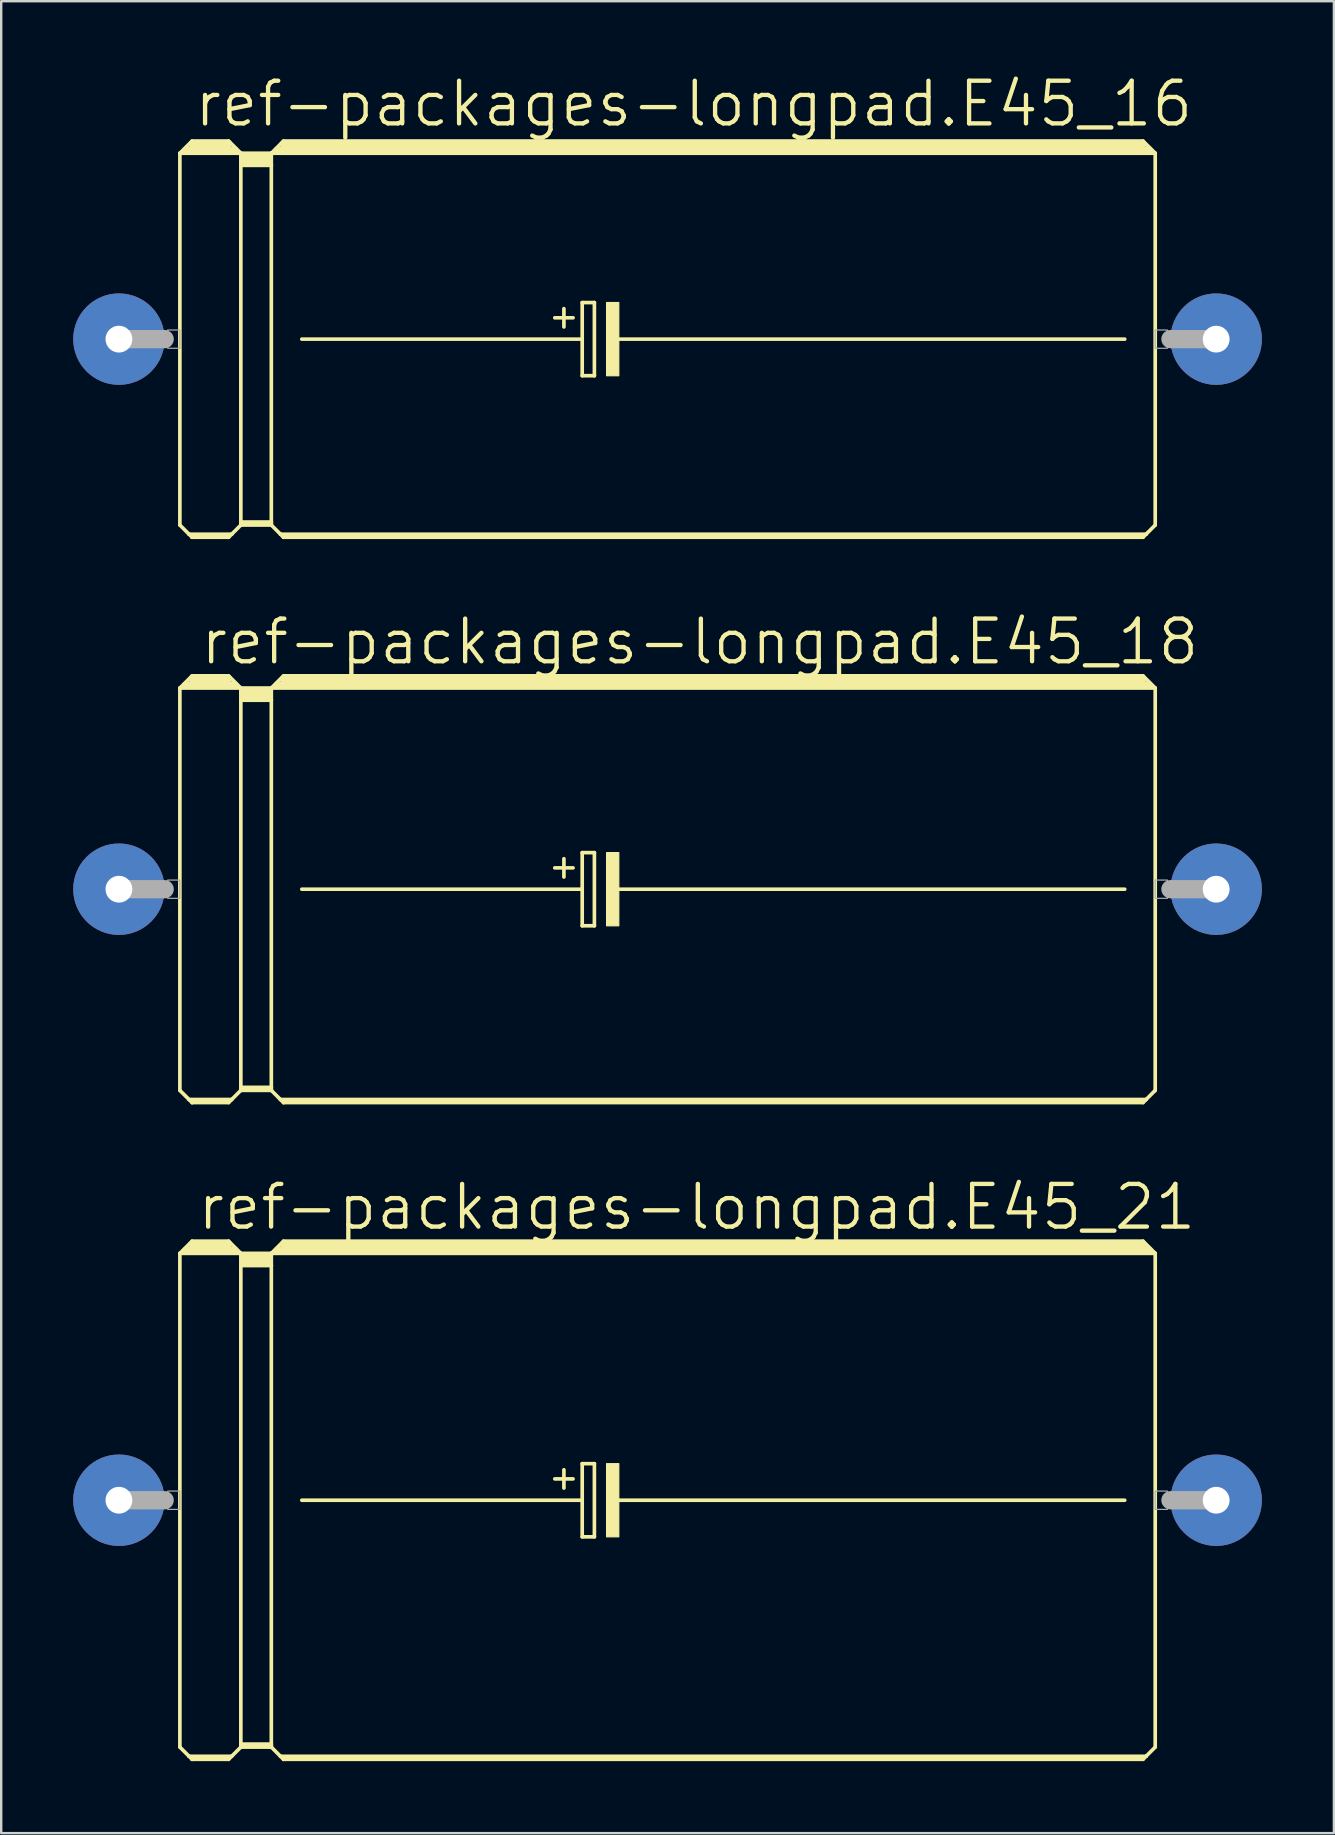
<source format=kicad_pcb>
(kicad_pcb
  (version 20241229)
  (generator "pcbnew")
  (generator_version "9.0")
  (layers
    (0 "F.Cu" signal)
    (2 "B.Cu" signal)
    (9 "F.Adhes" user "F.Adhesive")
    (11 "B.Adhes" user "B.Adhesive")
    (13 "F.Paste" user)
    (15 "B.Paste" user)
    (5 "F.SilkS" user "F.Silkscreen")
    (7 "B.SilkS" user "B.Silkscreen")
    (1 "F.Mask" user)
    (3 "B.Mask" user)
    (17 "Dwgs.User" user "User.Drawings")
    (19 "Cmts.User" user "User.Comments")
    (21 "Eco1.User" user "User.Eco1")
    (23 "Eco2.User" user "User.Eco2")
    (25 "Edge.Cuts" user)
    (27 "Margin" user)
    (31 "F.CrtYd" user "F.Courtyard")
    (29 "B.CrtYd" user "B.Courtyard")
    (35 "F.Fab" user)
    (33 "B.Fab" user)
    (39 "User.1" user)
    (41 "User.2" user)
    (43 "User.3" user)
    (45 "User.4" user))
  (footprint "ref-packages-longpad.E45_21"
    (layer "F.Cu")
    (at 24.765 59.461)
    (property "Reference" "ref-packages-longpad.E45_21" (at -19.685 -11.176 0) (layer "F.SilkS") (effects (font (size 1.778 1.778) (thickness 0.18)) (justify left bottom)))
    (attr through_hole)
    (fp_line (start -20.32 -10.287) (end -20.32 10.287) (stroke (width 0.152) (type default)) (layer "F.SilkS"))
    (fp_line (start -20.32 -10.287) (end -19.812 -10.795) (stroke (width 0.152) (type default)) (layer "F.SilkS"))
    (fp_line (start -20.32 -10.287) (end -17.78 -10.287) (stroke (width 0.152) (type default)) (layer "F.SilkS"))
    (fp_line (start -20.32 10.287) (end -19.939 10.668) (stroke (width 0.152) (type default)) (layer "F.SilkS"))
    (fp_line (start -20.066 -10.414) (end -18.034 -10.414) (stroke (width 0.305) (type default)) (layer "F.SilkS"))
    (fp_line (start -19.939 10.668) (end -19.812 10.795) (stroke (width 0.152) (type default)) (layer "F.SilkS"))
    (fp_line (start -19.939 10.668) (end -18.161 10.668) (stroke (width 0.152) (type default)) (layer "F.SilkS"))
    (fp_line (start -19.812 -10.795) (end -18.288 -10.795) (stroke (width 0.152) (type default)) (layer "F.SilkS"))
    (fp_line (start -19.812 -10.668) (end -18.288 -10.668) (stroke (width 0.305) (type default)) (layer "F.SilkS"))
    (fp_line (start -19.812 10.744) (end -18.288 10.744) (stroke (width 0.152) (type default)) (layer "F.SilkS"))
    (fp_line (start -19.812 10.795) (end -19.812 10.744) (stroke (width 0.152) (type default)) (layer "F.SilkS"))
    (fp_line (start -19.812 10.795) (end -18.288 10.795) (stroke (width 0.152) (type default)) (layer "F.SilkS"))
    (fp_line (start -18.288 -10.795) (end -17.78 -10.287) (stroke (width 0.152) (type default)) (layer "F.SilkS"))
    (fp_line (start -18.288 10.795) (end -18.161 10.668) (stroke (width 0.152) (type default)) (layer "F.SilkS"))
    (fp_line (start -18.161 10.668) (end -17.78 10.287) (stroke (width 0.152) (type default)) (layer "F.SilkS"))
    (fp_line (start -17.78 -10.287) (end -16.51 -10.287) (stroke (width 0.152) (type default)) (layer "F.SilkS"))
    (fp_line (start -17.78 -9.779) (end -17.78 -10.287) (stroke (width 0.152) (type default)) (layer "F.SilkS"))
    (fp_line (start -17.78 -9.779) (end -16.51 -9.779) (stroke (width 0.152) (type default)) (layer "F.SilkS"))
    (fp_line (start -17.78 10.16) (end -17.78 -9.779) (stroke (width 0.152) (type default)) (layer "F.SilkS"))
    (fp_line (start -17.78 10.16) (end -16.51 10.16) (stroke (width 0.152) (type default)) (layer "F.SilkS"))
    (fp_line (start -17.78 10.236) (end -17.78 10.16) (stroke (width 0.152) (type default)) (layer "F.SilkS"))
    (fp_line (start -17.78 10.236) (end -16.51 10.236) (stroke (width 0.152) (type default)) (layer "F.SilkS"))
    (fp_line (start -17.78 10.287) (end -17.78 10.236) (stroke (width 0.152) (type default)) (layer "F.SilkS"))
    (fp_line (start -17.78 10.287) (end -16.51 10.287) (stroke (width 0.152) (type default)) (layer "F.SilkS"))
    (fp_line (start -17.653 -10.16) (end -16.637 -10.16) (stroke (width 0.305) (type default)) (layer "F.SilkS"))
    (fp_line (start -17.653 -9.906) (end -16.637 -9.906) (stroke (width 0.305) (type default)) (layer "F.SilkS"))
    (fp_line (start -16.51 -10.287) (end -16.002 -10.795) (stroke (width 0.152) (type default)) (layer "F.SilkS"))
    (fp_line (start -16.51 -10.287) (end 20.32 -10.287) (stroke (width 0.152) (type default)) (layer "F.SilkS"))
    (fp_line (start -16.51 -9.779) (end -16.51 -10.287) (stroke (width 0.152) (type default)) (layer "F.SilkS"))
    (fp_line (start -16.51 10.16) (end -16.51 -9.779) (stroke (width 0.152) (type default)) (layer "F.SilkS"))
    (fp_line (start -16.51 10.236) (end -16.51 10.16) (stroke (width 0.152) (type default)) (layer "F.SilkS"))
    (fp_line (start -16.51 10.287) (end -16.51 10.236) (stroke (width 0.152) (type default)) (layer "F.SilkS"))
    (fp_line (start -16.51 10.287) (end -16.129 10.668) (stroke (width 0.152) (type default)) (layer "F.SilkS"))
    (fp_line (start -16.256 -10.414) (end 20.066 -10.414) (stroke (width 0.305) (type default)) (layer "F.SilkS"))
    (fp_line (start -16.129 10.668) (end -16.002 10.795) (stroke (width 0.152) (type default)) (layer "F.SilkS"))
    (fp_line (start -16.129 10.668) (end 19.939 10.668) (stroke (width 0.152) (type default)) (layer "F.SilkS"))
    (fp_line (start -16.002 -10.795) (end 19.812 -10.795) (stroke (width 0.152) (type default)) (layer "F.SilkS"))
    (fp_line (start -16.002 -10.668) (end 19.812 -10.668) (stroke (width 0.305) (type default)) (layer "F.SilkS"))
    (fp_line (start -16.002 10.744) (end 19.812 10.744) (stroke (width 0.152) (type default)) (layer "F.SilkS"))
    (fp_line (start -16.002 10.795) (end -16.002 10.744) (stroke (width 0.152) (type default)) (layer "F.SilkS"))
    (fp_line (start -16.002 10.795) (end 19.812 10.795) (stroke (width 0.152) (type default)) (layer "F.SilkS"))
    (fp_line (start -15.24 0) (end -3.556 0) (stroke (width 0.152) (type default)) (layer "F.SilkS"))
    (fp_line (start -4.699 -0.889) (end -3.937 -0.889) (stroke (width 0.152) (type default)) (layer "F.SilkS"))
    (fp_line (start -4.318 -1.27) (end -4.318 -0.508) (stroke (width 0.152) (type default)) (layer "F.SilkS"))
    (fp_line (start -3.556 -1.524) (end -3.556 0) (stroke (width 0.152) (type default)) (layer "F.SilkS"))
    (fp_line (start -3.556 0) (end -3.556 1.524) (stroke (width 0.152) (type default)) (layer "F.SilkS"))
    (fp_line (start -3.556 1.524) (end -3.048 1.524) (stroke (width 0.152) (type default)) (layer "F.SilkS"))
    (fp_line (start -3.048 -1.524) (end -3.556 -1.524) (stroke (width 0.152) (type default)) (layer "F.SilkS"))
    (fp_line (start -3.048 1.524) (end -3.048 -1.524) (stroke (width 0.152) (type default)) (layer "F.SilkS"))
    (fp_line (start -2.159 0) (end 19.05 0) (stroke (width 0.152) (type default)) (layer "F.SilkS"))
    (fp_line (start 19.812 -10.795) (end 20.32 -10.287) (stroke (width 0.152) (type default)) (layer "F.SilkS"))
    (fp_line (start 19.812 10.795) (end 19.939 10.668) (stroke (width 0.152) (type default)) (layer "F.SilkS"))
    (fp_line (start 19.939 10.668) (end 20.32 10.287) (stroke (width 0.152) (type default)) (layer "F.SilkS"))
    (fp_line (start 20.32 -10.287) (end 20.32 10.287) (stroke (width 0.152) (type default)) (layer "F.SilkS"))
    (fp_rect (start -2.54 1.524) (end -2.032 -1.524) (stroke (width 0.05) (type default)) (fill yes) (layer "F.SilkS"))
    (fp_line (start -22.86 0) (end -20.955 0) (stroke (width 0.762) (type default)) (layer "F.Fab"))
    (fp_line (start 22.86 0) (end 20.955 0) (stroke (width 0.762) (type default)) (layer "F.Fab"))
    (fp_rect (start -20.828 0.381) (end -20.32 -0.381) (stroke (width 0.05) (type default)) (fill no) (layer "F.Fab"))
    (fp_rect (start 20.32 0.381) (end 20.828 -0.381) (stroke (width 0.05) (type default)) (fill no) (layer "F.Fab"))
    (pad "+" thru_hole circle (at -22.86 0) (size 3.81 3.81) (drill 1.118) (layers "*.Cu" "*.Mask"))
    (pad "-" thru_hole circle (at 22.86 0) (size 3.81 3.81) (drill 1.118) (layers "*.Cu" "*.Mask")))
  (footprint "ref-packages-longpad.E45_18"
    (layer "F.Cu")
    (at 24.765 34.001)
    (property "Reference" "ref-packages-longpad.E45_18" (at -19.558 -9.271 0) (layer "F.SilkS") (effects (font (size 1.778 1.778) (thickness 0.18)) (justify left bottom)))
    (attr through_hole)
    (fp_line (start -20.32 -8.382) (end -20.32 8.382) (stroke (width 0.152) (type default)) (layer "F.SilkS"))
    (fp_line (start -20.32 -8.382) (end -19.812 -8.89) (stroke (width 0.152) (type default)) (layer "F.SilkS"))
    (fp_line (start -20.32 -8.382) (end -17.78 -8.382) (stroke (width 0.152) (type default)) (layer "F.SilkS"))
    (fp_line (start -20.32 8.382) (end -19.939 8.763) (stroke (width 0.152) (type default)) (layer "F.SilkS"))
    (fp_line (start -20.066 -8.509) (end -18.034 -8.509) (stroke (width 0.305) (type default)) (layer "F.SilkS"))
    (fp_line (start -19.939 8.763) (end -19.812 8.89) (stroke (width 0.152) (type default)) (layer "F.SilkS"))
    (fp_line (start -19.939 8.763) (end -18.161 8.763) (stroke (width 0.152) (type default)) (layer "F.SilkS"))
    (fp_line (start -19.812 -8.89) (end -18.288 -8.89) (stroke (width 0.152) (type default)) (layer "F.SilkS"))
    (fp_line (start -19.812 -8.763) (end -18.288 -8.763) (stroke (width 0.305) (type default)) (layer "F.SilkS"))
    (fp_line (start -19.812 8.839) (end -18.288 8.839) (stroke (width 0.152) (type default)) (layer "F.SilkS"))
    (fp_line (start -19.812 8.89) (end -19.812 8.839) (stroke (width 0.152) (type default)) (layer "F.SilkS"))
    (fp_line (start -19.812 8.89) (end -18.288 8.89) (stroke (width 0.152) (type default)) (layer "F.SilkS"))
    (fp_line (start -18.288 -8.89) (end -17.78 -8.382) (stroke (width 0.152) (type default)) (layer "F.SilkS"))
    (fp_line (start -18.288 8.89) (end -18.161 8.763) (stroke (width 0.152) (type default)) (layer "F.SilkS"))
    (fp_line (start -18.161 8.763) (end -17.78 8.382) (stroke (width 0.152) (type default)) (layer "F.SilkS"))
    (fp_line (start -17.78 -8.382) (end -16.51 -8.382) (stroke (width 0.152) (type default)) (layer "F.SilkS"))
    (fp_line (start -17.78 -7.874) (end -17.78 -8.382) (stroke (width 0.152) (type default)) (layer "F.SilkS"))
    (fp_line (start -17.78 -7.874) (end -16.51 -7.874) (stroke (width 0.152) (type default)) (layer "F.SilkS"))
    (fp_line (start -17.78 8.255) (end -17.78 -7.874) (stroke (width 0.152) (type default)) (layer "F.SilkS"))
    (fp_line (start -17.78 8.255) (end -16.51 8.255) (stroke (width 0.152) (type default)) (layer "F.SilkS"))
    (fp_line (start -17.78 8.331) (end -17.78 8.255) (stroke (width 0.152) (type default)) (layer "F.SilkS"))
    (fp_line (start -17.78 8.331) (end -16.51 8.331) (stroke (width 0.152) (type default)) (layer "F.SilkS"))
    (fp_line (start -17.78 8.382) (end -17.78 8.331) (stroke (width 0.152) (type default)) (layer "F.SilkS"))
    (fp_line (start -17.78 8.382) (end -16.51 8.382) (stroke (width 0.152) (type default)) (layer "F.SilkS"))
    (fp_line (start -17.653 -8.255) (end -16.637 -8.255) (stroke (width 0.305) (type default)) (layer "F.SilkS"))
    (fp_line (start -17.653 -8.001) (end -16.637 -8.001) (stroke (width 0.305) (type default)) (layer "F.SilkS"))
    (fp_line (start -16.51 -8.382) (end -16.002 -8.89) (stroke (width 0.152) (type default)) (layer "F.SilkS"))
    (fp_line (start -16.51 -8.382) (end 20.32 -8.382) (stroke (width 0.152) (type default)) (layer "F.SilkS"))
    (fp_line (start -16.51 -7.874) (end -16.51 -8.382) (stroke (width 0.152) (type default)) (layer "F.SilkS"))
    (fp_line (start -16.51 8.255) (end -16.51 -7.874) (stroke (width 0.152) (type default)) (layer "F.SilkS"))
    (fp_line (start -16.51 8.331) (end -16.51 8.255) (stroke (width 0.152) (type default)) (layer "F.SilkS"))
    (fp_line (start -16.51 8.382) (end -16.51 8.331) (stroke (width 0.152) (type default)) (layer "F.SilkS"))
    (fp_line (start -16.51 8.382) (end -16.129 8.763) (stroke (width 0.152) (type default)) (layer "F.SilkS"))
    (fp_line (start -16.256 -8.509) (end 20.066 -8.509) (stroke (width 0.305) (type default)) (layer "F.SilkS"))
    (fp_line (start -16.129 8.763) (end -16.002 8.89) (stroke (width 0.152) (type default)) (layer "F.SilkS"))
    (fp_line (start -16.129 8.763) (end 19.939 8.763) (stroke (width 0.152) (type default)) (layer "F.SilkS"))
    (fp_line (start -16.002 -8.89) (end 19.812 -8.89) (stroke (width 0.152) (type default)) (layer "F.SilkS"))
    (fp_line (start -16.002 -8.763) (end 19.812 -8.763) (stroke (width 0.305) (type default)) (layer "F.SilkS"))
    (fp_line (start -16.002 8.839) (end 19.812 8.839) (stroke (width 0.152) (type default)) (layer "F.SilkS"))
    (fp_line (start -16.002 8.89) (end -16.002 8.839) (stroke (width 0.152) (type default)) (layer "F.SilkS"))
    (fp_line (start -16.002 8.89) (end 19.812 8.89) (stroke (width 0.152) (type default)) (layer "F.SilkS"))
    (fp_line (start -15.24 0) (end -3.556 0) (stroke (width 0.152) (type default)) (layer "F.SilkS"))
    (fp_line (start -4.699 -0.889) (end -3.937 -0.889) (stroke (width 0.152) (type default)) (layer "F.SilkS"))
    (fp_line (start -4.318 -1.27) (end -4.318 -0.508) (stroke (width 0.152) (type default)) (layer "F.SilkS"))
    (fp_line (start -3.556 -1.524) (end -3.556 0) (stroke (width 0.152) (type default)) (layer "F.SilkS"))
    (fp_line (start -3.556 0) (end -3.556 1.524) (stroke (width 0.152) (type default)) (layer "F.SilkS"))
    (fp_line (start -3.556 1.524) (end -3.048 1.524) (stroke (width 0.152) (type default)) (layer "F.SilkS"))
    (fp_line (start -3.048 -1.524) (end -3.556 -1.524) (stroke (width 0.152) (type default)) (layer "F.SilkS"))
    (fp_line (start -3.048 1.524) (end -3.048 -1.524) (stroke (width 0.152) (type default)) (layer "F.SilkS"))
    (fp_line (start -2.159 0) (end 19.05 0) (stroke (width 0.152) (type default)) (layer "F.SilkS"))
    (fp_line (start 19.812 -8.89) (end 20.32 -8.382) (stroke (width 0.152) (type default)) (layer "F.SilkS"))
    (fp_line (start 19.812 8.89) (end 19.939 8.763) (stroke (width 0.152) (type default)) (layer "F.SilkS"))
    (fp_line (start 19.939 8.763) (end 20.32 8.382) (stroke (width 0.152) (type default)) (layer "F.SilkS"))
    (fp_line (start 20.32 -8.382) (end 20.32 8.382) (stroke (width 0.152) (type default)) (layer "F.SilkS"))
    (fp_rect (start -2.54 1.524) (end -2.032 -1.524) (stroke (width 0.05) (type default)) (fill yes) (layer "F.SilkS"))
    (fp_line (start -22.86 0) (end -20.955 0) (stroke (width 0.762) (type default)) (layer "F.Fab"))
    (fp_line (start 22.86 0) (end 20.955 0) (stroke (width 0.762) (type default)) (layer "F.Fab"))
    (fp_rect (start -20.828 0.381) (end -20.32 -0.381) (stroke (width 0.05) (type default)) (fill no) (layer "F.Fab"))
    (fp_rect (start 20.32 0.381) (end 20.828 -0.381) (stroke (width 0.05) (type default)) (fill no) (layer "F.Fab"))
    (pad "+" thru_hole circle (at -22.86 0) (size 3.81 3.81) (drill 1.118) (layers "*.Cu" "*.Mask"))
    (pad "-" thru_hole circle (at 22.86 0) (size 3.81 3.81) (drill 1.118) (layers "*.Cu" "*.Mask")))
  (footprint "ref-packages-longpad.E45_16"
    (layer "F.Cu")
    (at 24.765 11.081)
    (property "Reference" "ref-packages-longpad.E45_16" (at -19.812 -8.763 0) (layer "F.SilkS") (effects (font (size 1.778 1.778) (thickness 0.18)) (justify left bottom)))
    (attr through_hole)
    (fp_line (start -20.32 -7.747) (end -20.32 7.747) (stroke (width 0.152) (type default)) (layer "F.SilkS"))
    (fp_line (start -20.32 -7.747) (end -19.812 -8.255) (stroke (width 0.152) (type default)) (layer "F.SilkS"))
    (fp_line (start -20.32 -7.747) (end -17.78 -7.747) (stroke (width 0.152) (type default)) (layer "F.SilkS"))
    (fp_line (start -20.32 7.747) (end -19.939 8.128) (stroke (width 0.152) (type default)) (layer "F.SilkS"))
    (fp_line (start -20.066 -7.874) (end -18.034 -7.874) (stroke (width 0.305) (type default)) (layer "F.SilkS"))
    (fp_line (start -19.939 8.128) (end -19.812 8.255) (stroke (width 0.152) (type default)) (layer "F.SilkS"))
    (fp_line (start -19.939 8.128) (end -18.161 8.128) (stroke (width 0.152) (type default)) (layer "F.SilkS"))
    (fp_line (start -19.812 -8.255) (end -18.288 -8.255) (stroke (width 0.152) (type default)) (layer "F.SilkS"))
    (fp_line (start -19.812 -8.128) (end -18.288 -8.128) (stroke (width 0.305) (type default)) (layer "F.SilkS"))
    (fp_line (start -19.812 8.204) (end -18.288 8.204) (stroke (width 0.152) (type default)) (layer "F.SilkS"))
    (fp_line (start -19.812 8.255) (end -19.812 8.204) (stroke (width 0.152) (type default)) (layer "F.SilkS"))
    (fp_line (start -19.812 8.255) (end -18.288 8.255) (stroke (width 0.152) (type default)) (layer "F.SilkS"))
    (fp_line (start -18.288 -8.255) (end -17.78 -7.747) (stroke (width 0.152) (type default)) (layer "F.SilkS"))
    (fp_line (start -18.288 8.255) (end -18.161 8.128) (stroke (width 0.152) (type default)) (layer "F.SilkS"))
    (fp_line (start -18.161 8.128) (end -17.78 7.747) (stroke (width 0.152) (type default)) (layer "F.SilkS"))
    (fp_line (start -17.78 -7.747) (end -16.51 -7.747) (stroke (width 0.152) (type default)) (layer "F.SilkS"))
    (fp_line (start -17.78 -7.239) (end -17.78 -7.747) (stroke (width 0.152) (type default)) (layer "F.SilkS"))
    (fp_line (start -17.78 -7.239) (end -16.51 -7.239) (stroke (width 0.152) (type default)) (layer "F.SilkS"))
    (fp_line (start -17.78 7.62) (end -17.78 -7.239) (stroke (width 0.152) (type default)) (layer "F.SilkS"))
    (fp_line (start -17.78 7.62) (end -16.51 7.62) (stroke (width 0.152) (type default)) (layer "F.SilkS"))
    (fp_line (start -17.78 7.696) (end -17.78 7.62) (stroke (width 0.152) (type default)) (layer "F.SilkS"))
    (fp_line (start -17.78 7.696) (end -16.51 7.696) (stroke (width 0.152) (type default)) (layer "F.SilkS"))
    (fp_line (start -17.78 7.747) (end -17.78 7.696) (stroke (width 0.152) (type default)) (layer "F.SilkS"))
    (fp_line (start -17.78 7.747) (end -16.51 7.747) (stroke (width 0.152) (type default)) (layer "F.SilkS"))
    (fp_line (start -17.653 -7.62) (end -16.637 -7.62) (stroke (width 0.305) (type default)) (layer "F.SilkS"))
    (fp_line (start -17.653 -7.366) (end -16.637 -7.366) (stroke (width 0.305) (type default)) (layer "F.SilkS"))
    (fp_line (start -16.51 -7.747) (end -16.002 -8.255) (stroke (width 0.152) (type default)) (layer "F.SilkS"))
    (fp_line (start -16.51 -7.747) (end 20.32 -7.747) (stroke (width 0.152) (type default)) (layer "F.SilkS"))
    (fp_line (start -16.51 -7.239) (end -16.51 -7.747) (stroke (width 0.152) (type default)) (layer "F.SilkS"))
    (fp_line (start -16.51 7.62) (end -16.51 -7.239) (stroke (width 0.152) (type default)) (layer "F.SilkS"))
    (fp_line (start -16.51 7.696) (end -16.51 7.62) (stroke (width 0.152) (type default)) (layer "F.SilkS"))
    (fp_line (start -16.51 7.747) (end -16.51 7.696) (stroke (width 0.152) (type default)) (layer "F.SilkS"))
    (fp_line (start -16.51 7.747) (end -16.129 8.128) (stroke (width 0.152) (type default)) (layer "F.SilkS"))
    (fp_line (start -16.256 -7.874) (end 20.066 -7.874) (stroke (width 0.305) (type default)) (layer "F.SilkS"))
    (fp_line (start -16.129 8.128) (end -16.002 8.255) (stroke (width 0.152) (type default)) (layer "F.SilkS"))
    (fp_line (start -16.129 8.128) (end 19.939 8.128) (stroke (width 0.152) (type default)) (layer "F.SilkS"))
    (fp_line (start -16.002 -8.255) (end 19.812 -8.255) (stroke (width 0.152) (type default)) (layer "F.SilkS"))
    (fp_line (start -16.002 -8.128) (end 19.812 -8.128) (stroke (width 0.305) (type default)) (layer "F.SilkS"))
    (fp_line (start -16.002 8.204) (end 19.812 8.204) (stroke (width 0.152) (type default)) (layer "F.SilkS"))
    (fp_line (start -16.002 8.255) (end -16.002 8.204) (stroke (width 0.152) (type default)) (layer "F.SilkS"))
    (fp_line (start -16.002 8.255) (end 19.812 8.255) (stroke (width 0.152) (type default)) (layer "F.SilkS"))
    (fp_line (start -15.24 0) (end -3.556 0) (stroke (width 0.152) (type default)) (layer "F.SilkS"))
    (fp_line (start -4.699 -0.889) (end -3.937 -0.889) (stroke (width 0.152) (type default)) (layer "F.SilkS"))
    (fp_line (start -4.318 -1.27) (end -4.318 -0.508) (stroke (width 0.152) (type default)) (layer "F.SilkS"))
    (fp_line (start -3.556 -1.524) (end -3.556 0) (stroke (width 0.152) (type default)) (layer "F.SilkS"))
    (fp_line (start -3.556 0) (end -3.556 1.524) (stroke (width 0.152) (type default)) (layer "F.SilkS"))
    (fp_line (start -3.556 1.524) (end -3.048 1.524) (stroke (width 0.152) (type default)) (layer "F.SilkS"))
    (fp_line (start -3.048 -1.524) (end -3.556 -1.524) (stroke (width 0.152) (type default)) (layer "F.SilkS"))
    (fp_line (start -3.048 1.524) (end -3.048 -1.524) (stroke (width 0.152) (type default)) (layer "F.SilkS"))
    (fp_line (start -2.159 0) (end 19.05 0) (stroke (width 0.152) (type default)) (layer "F.SilkS"))
    (fp_line (start 19.812 -8.255) (end 20.32 -7.747) (stroke (width 0.152) (type default)) (layer "F.SilkS"))
    (fp_line (start 19.812 8.255) (end 19.939 8.128) (stroke (width 0.152) (type default)) (layer "F.SilkS"))
    (fp_line (start 19.939 8.128) (end 20.32 7.747) (stroke (width 0.152) (type default)) (layer "F.SilkS"))
    (fp_line (start 20.32 -7.747) (end 20.32 7.747) (stroke (width 0.152) (type default)) (layer "F.SilkS"))
    (fp_rect (start -2.54 1.524) (end -2.032 -1.524) (stroke (width 0.05) (type default)) (fill yes) (layer "F.SilkS"))
    (fp_line (start -22.86 0) (end -20.955 0) (stroke (width 0.762) (type default)) (layer "F.Fab"))
    (fp_line (start 22.86 0) (end 20.955 0) (stroke (width 0.762) (type default)) (layer "F.Fab"))
    (fp_rect (start -20.828 0.381) (end -20.32 -0.381) (stroke (width 0.05) (type default)) (fill no) (layer "F.Fab"))
    (fp_rect (start 20.32 0.381) (end 20.828 -0.381) (stroke (width 0.05) (type default)) (fill no) (layer "F.Fab"))
    (pad "+" thru_hole circle (at -22.86 0) (size 3.81 3.81) (drill 1.118) (layers "*.Cu" "*.Mask"))
    (pad "-" thru_hole circle (at 22.86 0) (size 3.81 3.81) (drill 1.118) (layers "*.Cu" "*.Mask")))
  (gr_rect
    (start -3 -3)
    (end 52.53 73.333)
    (stroke (width 0.1) (type default))
    (fill no)
    (layer "Edge.Cuts")))
</source>
